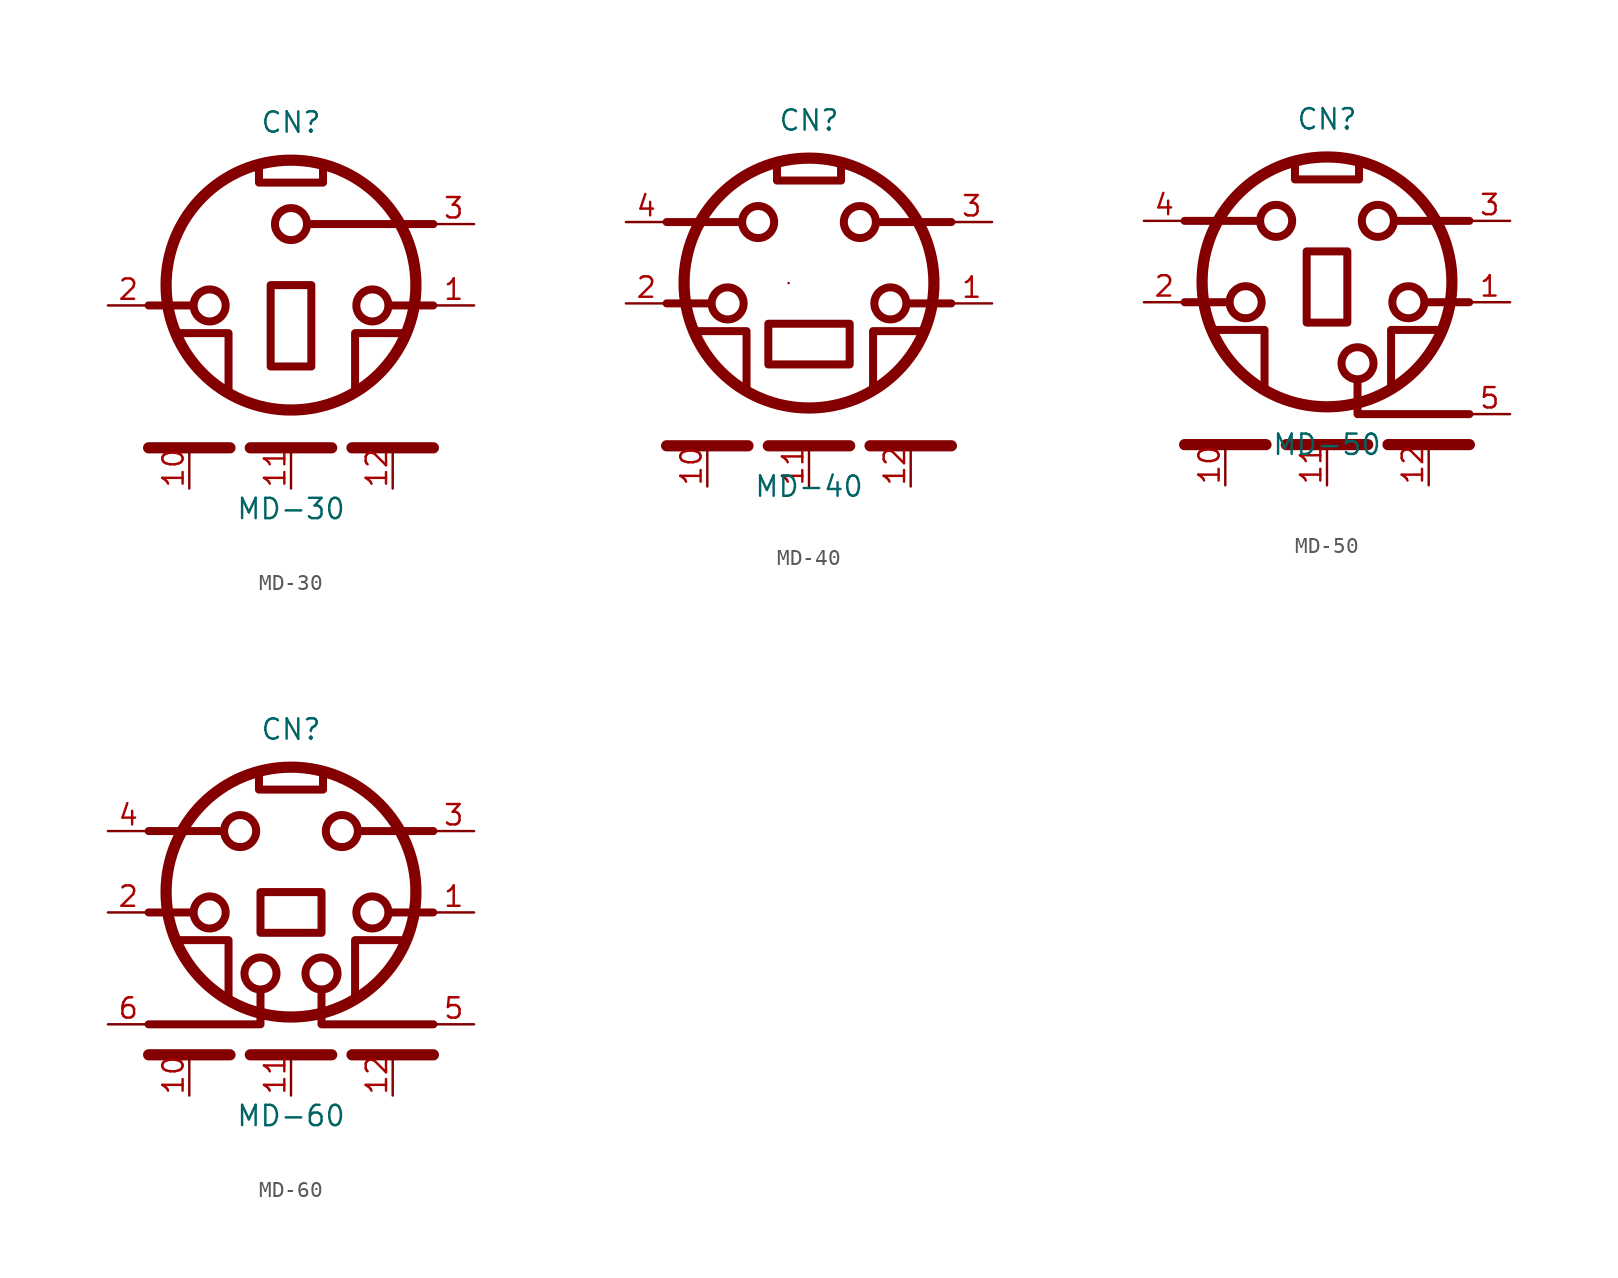
<source format=kicad_sym>
(kicad_symbol_lib
  (version 20211014)
  (generator kicad_symbol_editor)
  (symbol "MD-30"
    (property "Reference" "CN"
      (at 0 10.16 0)
      (effects (font (size 1.27 1.27))))
    (property "Value" "MD-30"
      (at 0 -13.97 0)
      (effects (font (size 1.27 1.27))))
    (symbol "MD-30_0_1"
      (circle (center -5.08 -1.27) (radius 1) (stroke (width 0.5) (type default) (color 0 0 0 0)) (fill (type none)))
      (rectangle (start -1.27 0) (end -1.27 0) (stroke (width 0) (type default) (color 0 0 0 0)) (fill (type none)))
      (rectangle (start -1.27 0) (end 1.27 -5.08) (stroke (width 0.5) (type default) (color 0 0 0 0)) (fill (type none)))
      (polyline (pts (xy -8.89 -10.16) (xy -3.81 -10.16)) (stroke (width 0.7) (type default) (color 0 0 0 0)) (fill (type none)))
      (polyline (pts (xy -8.89 -1.27) (xy -6.35 -1.27)) (stroke (width 0.5) (type default) (color 0 0 0 0)) (fill (type none)))
      (polyline (pts (xy -2.54 -10.16) (xy 2.54 -10.16)) (stroke (width 0.7) (type default) (color 0 0 0 0)) (fill (type none)))
      (polyline (pts (xy 1.27 3.81) (xy 8.89 3.81)) (stroke (width 0.5) (type default) (color 0 0 0 0)) (fill (type none)))
      (polyline (pts (xy 3.81 -10.16) (xy 8.89 -10.16)) (stroke (width 0.7) (type default) (color 0 0 0 0)) (fill (type none)))
      (polyline (pts (xy 6.35 -1.27) (xy 8.88 -1.27)) (stroke (width 0.5) (type default) (color 0 0 0 0)) (fill (type none)))
      (polyline (pts (xy -7.2 -3) (xy -3.9 -3) (xy -3.9 -6.7)) (stroke (width 0.5) (type default) (color 0 0 0 0)) (fill (type none)))
      (polyline (pts (xy 7.2 -3) (xy 4 -3) (xy 4 -6.7)) (stroke (width 0.5) (type default) (color 0 0 0 0)) (fill (type none)))
      (polyline (pts (xy -2 7.4) (xy -2 6.4) (xy 2 6.4) (xy 2 7.4)) (stroke (width 0.5) (type default) (color 0 0 0 0)) (fill (type none)))
      (circle (center 0 0) (radius 7.8) (stroke (width 0.7) (type default) (color 0 0 0 0)) (fill (type none)))
      (circle (center 0 3.81) (radius 1) (stroke (width 0.5) (type default) (color 0 0 0 0)) (fill (type none)))
      (circle (center 5.08 -1.27) (radius 1) (stroke (width 0.5) (type default) (color 0 0 0 0)) (fill (type none))))
    (symbol "MD-30_1_1"
      (pin passive line (at 11.43 -1.27 180) (length 2.54) (name "" (effects (font (size 1.27 1.27)))) (number "1" (effects (font (size 1.27 1.27)))))
      (pin passive line (at -6.35 -12.7 90) (length 2.54) (name "" (effects (font (size 1.27 1.27)))) (number "10" (effects (font (size 1.27 1.27)))))
      (pin passive line (at 0 -12.7 90) (length 2.54) (name "" (effects (font (size 1.27 1.27)))) (number "11" (effects (font (size 1.27 1.27)))))
      (pin passive line (at 6.35 -12.7 90) (length 2.54) (name "" (effects (font (size 1.27 1.27)))) (number "12" (effects (font (size 1.27 1.27)))))
      (pin passive line (at -11.43 -1.27 0) (length 2.54) (name "" (effects (font (size 1.27 1.27)))) (number "2" (effects (font (size 1.27 1.27)))))
      (pin passive line (at 11.43 3.81 180) (length 2.54) (name "" (effects (font (size 1.27 1.27)))) (number "3" (effects (font (size 1.27 1.27)))))))
  (symbol "MD-40"
    (property "Reference" "CN"
      (at 0 10.16 0)
      (effects (font (size 1.27 1.27))))
    (property "Value" "MD-40"
      (at 0 -12.7 0)
      (effects (font (size 1.27 1.27))))
    (symbol "MD-40_0_1"
      (circle (center -5.08 -1.27) (radius 1) (stroke (width 0.5) (type default) (color 0 0 0 0)) (fill (type none)))
      (circle (center -3.175 3.81) (radius 1) (stroke (width 0.5) (type default) (color 0 0 0 0)) (fill (type none)))
      (rectangle (start -2.54 -2.54) (end 2.54 -5.08) (stroke (width 0.5) (type default) (color 0 0 0 0)) (fill (type none)))
      (rectangle (start -1.27 0) (end -1.27 0) (stroke (width 0) (type default) (color 0 0 0 0)) (fill (type none)))
      (polyline (pts (xy -8.89 -10.16) (xy -3.81 -10.16)) (stroke (width 0.7) (type default) (color 0 0 0 0)) (fill (type none)))
      (polyline (pts (xy -8.89 -1.27) (xy -6.35 -1.27)) (stroke (width 0.5) (type default) (color 0 0 0 0)) (fill (type none)))
      (polyline (pts (xy -8.89 3.81) (xy -4.445 3.81)) (stroke (width 0.5) (type default) (color 0 0 0 0)) (fill (type none)))
      (polyline (pts (xy -2.54 -10.16) (xy 2.54 -10.16)) (stroke (width 0.7) (type default) (color 0 0 0 0)) (fill (type none)))
      (polyline (pts (xy 3.81 -10.16) (xy 8.89 -10.16)) (stroke (width 0.7) (type default) (color 0 0 0 0)) (fill (type none)))
      (polyline (pts (xy 4.445 3.81) (xy 8.89 3.81)) (stroke (width 0.5) (type default) (color 0 0 0 0)) (fill (type none)))
      (polyline (pts (xy 6.35 -1.27) (xy 8.88 -1.27)) (stroke (width 0.5) (type default) (color 0 0 0 0)) (fill (type none)))
      (polyline (pts (xy -7.2 -3) (xy -3.9 -3) (xy -3.9 -6.7)) (stroke (width 0.5) (type default) (color 0 0 0 0)) (fill (type none)))
      (polyline (pts (xy 7.2 -3) (xy 4 -3) (xy 4 -6.7)) (stroke (width 0.5) (type default) (color 0 0 0 0)) (fill (type none)))
      (polyline (pts (xy -2 7.4) (xy -2 6.4) (xy 2 6.4) (xy 2 7.4)) (stroke (width 0.5) (type default) (color 0 0 0 0)) (fill (type none)))
      (circle (center 0 0) (radius 7.8) (stroke (width 0.7) (type default) (color 0 0 0 0)) (fill (type none)))
      (circle (center 3.175 3.81) (radius 1) (stroke (width 0.5) (type default) (color 0 0 0 0)) (fill (type none)))
      (circle (center 5.08 -1.27) (radius 1) (stroke (width 0.5) (type default) (color 0 0 0 0)) (fill (type none))))
    (symbol "MD-40_1_1"
      (pin passive line (at 11.43 -1.27 180) (length 2.54) (name "" (effects (font (size 1.27 1.27)))) (number "1" (effects (font (size 1.27 1.27)))))
      (pin passive line (at -6.35 -12.7 90) (length 2.54) (name "" (effects (font (size 1.27 1.27)))) (number "10" (effects (font (size 1.27 1.27)))))
      (pin passive line (at 0 -12.7 90) (length 2.54) (name "" (effects (font (size 1.27 1.27)))) (number "11" (effects (font (size 1.27 1.27)))))
      (pin passive line (at 6.35 -12.7 90) (length 2.54) (name "" (effects (font (size 1.27 1.27)))) (number "12" (effects (font (size 1.27 1.27)))))
      (pin passive line (at -11.43 -1.27 0) (length 2.54) (name "" (effects (font (size 1.27 1.27)))) (number "2" (effects (font (size 1.27 1.27)))))
      (pin passive line (at 11.43 3.81 180) (length 2.54) (name "" (effects (font (size 1.27 1.27)))) (number "3" (effects (font (size 1.27 1.27)))))
      (pin passive line (at -11.43 3.81 0) (length 2.54) (name "" (effects (font (size 1.27 1.27)))) (number "4" (effects (font (size 1.27 1.27)))))))
  (symbol "MD-50"
    (property "Reference" "CN"
      (at 0 10.16 0)
      (effects (font (size 1.27 1.27))))
    (property "Value" "MD-50"
      (at 0 -10.16 0)
      (effects (font (size 1.27 1.27))))
    (symbol "MD-50_0_1"
      (circle (center -5.08 -1.27) (radius 1) (stroke (width 0.5) (type default) (color 0 0 0 0)) (fill (type none)))
      (circle (center -3.175 3.81) (radius 1) (stroke (width 0.5) (type default) (color 0 0 0 0)) (fill (type none)))
      (rectangle (start -1.27 0) (end -1.27 0) (stroke (width 0) (type default) (color 0 0 0 0)) (fill (type none)))
      (rectangle (start -1.27 1.905) (end 1.27 -2.54) (stroke (width 0.5) (type default) (color 0 0 0 0)) (fill (type none)))
      (polyline (pts (xy -8.89 -10.16) (xy -3.81 -10.16)) (stroke (width 0.7) (type default) (color 0 0 0 0)) (fill (type none)))
      (polyline (pts (xy -8.89 -1.27) (xy -6.35 -1.27)) (stroke (width 0.5) (type default) (color 0 0 0 0)) (fill (type none)))
      (polyline (pts (xy -8.89 3.81) (xy -4.445 3.81)) (stroke (width 0.5) (type default) (color 0 0 0 0)) (fill (type none)))
      (polyline (pts (xy -2.54 -10.16) (xy 2.54 -10.16)) (stroke (width 0.7) (type default) (color 0 0 0 0)) (fill (type none)))
      (polyline (pts (xy 3.81 -10.16) (xy 8.89 -10.16)) (stroke (width 0.7) (type default) (color 0 0 0 0)) (fill (type none)))
      (polyline (pts (xy 4.445 3.81) (xy 8.89 3.81)) (stroke (width 0.5) (type default) (color 0 0 0 0)) (fill (type none)))
      (polyline (pts (xy 6.35 -1.27) (xy 8.88 -1.27)) (stroke (width 0.5) (type default) (color 0 0 0 0)) (fill (type none)))
      (polyline (pts (xy -7.2 -3) (xy -3.9 -3) (xy -3.9 -6.7)) (stroke (width 0.5) (type default) (color 0 0 0 0)) (fill (type none)))
      (polyline (pts (xy 1.905 -6.35) (xy 1.905 -8.255) (xy 8.89 -8.255)) (stroke (width 0.5) (type default) (color 0 0 0 0)) (fill (type none)))
      (polyline (pts (xy 7.2 -3) (xy 4 -3) (xy 4 -6.7)) (stroke (width 0.5) (type default) (color 0 0 0 0)) (fill (type none)))
      (polyline (pts (xy -2 7.4) (xy -2 6.4) (xy 2 6.4) (xy 2 7.4)) (stroke (width 0.5) (type default) (color 0 0 0 0)) (fill (type none)))
      (circle (center 0 0) (radius 7.8) (stroke (width 0.7) (type default) (color 0 0 0 0)) (fill (type none)))
      (circle (center 1.905 -5.08) (radius 1) (stroke (width 0.5) (type default) (color 0 0 0 0)) (fill (type none)))
      (circle (center 3.175 3.81) (radius 1) (stroke (width 0.5) (type default) (color 0 0 0 0)) (fill (type none)))
      (circle (center 5.08 -1.27) (radius 1) (stroke (width 0.5) (type default) (color 0 0 0 0)) (fill (type none))))
    (symbol "MD-50_1_1"
      (pin passive line (at 11.43 -1.27 180) (length 2.54) (name "" (effects (font (size 1.27 1.27)))) (number "1" (effects (font (size 1.27 1.27)))))
      (pin passive line (at -6.35 -12.7 90) (length 2.54) (name "" (effects (font (size 1.27 1.27)))) (number "10" (effects (font (size 1.27 1.27)))))
      (pin passive line (at 0 -12.7 90) (length 2.54) (name "" (effects (font (size 1.27 1.27)))) (number "11" (effects (font (size 1.27 1.27)))))
      (pin passive line (at 6.35 -12.7 90) (length 2.54) (name "" (effects (font (size 1.27 1.27)))) (number "12" (effects (font (size 1.27 1.27)))))
      (pin passive line (at -11.43 -1.27 0) (length 2.54) (name "" (effects (font (size 1.27 1.27)))) (number "2" (effects (font (size 1.27 1.27)))))
      (pin passive line (at 11.43 3.81 180) (length 2.54) (name "" (effects (font (size 1.27 1.27)))) (number "3" (effects (font (size 1.27 1.27)))))
      (pin passive line (at -11.43 3.81 0) (length 2.54) (name "" (effects (font (size 1.27 1.27)))) (number "4" (effects (font (size 1.27 1.27)))))
      (pin passive line (at 11.43 -8.255 180) (length 2.54) (name "" (effects (font (size 1.27 1.27)))) (number "5" (effects (font (size 1.27 1.27)))))))
  (symbol "MD-60"
    (property "Reference" "CN"
      (at 0 10.16 0)
      (effects (font (size 1.27 1.27))))
    (property "Value" "MD-60"
      (at 0 -13.97 0)
      (effects (font (size 1.27 1.27))))
    (symbol "MD-60_0_1"
      (circle (center -5.08 -1.27) (radius 1) (stroke (width 0.5) (type default) (color 0 0 0 0)) (fill (type none)))
      (circle (center -3.175 3.81) (radius 1) (stroke (width 0.5) (type default) (color 0 0 0 0)) (fill (type none)))
      (circle (center -1.905 -5.08) (radius 1) (stroke (width 0.5) (type default) (color 0 0 0 0)) (fill (type none)))
      (rectangle (start -1.905 0) (end 1.905 -2.54) (stroke (width 0.5) (type default) (color 0 0 0 0)) (fill (type none)))
      (rectangle (start -1.27 0) (end -1.27 0) (stroke (width 0) (type default) (color 0 0 0 0)) (fill (type none)))
      (polyline (pts (xy -8.89 -10.16) (xy -3.81 -10.16)) (stroke (width 0.7) (type default) (color 0 0 0 0)) (fill (type none)))
      (polyline (pts (xy -8.89 -1.27) (xy -6.35 -1.27)) (stroke (width 0.5) (type default) (color 0 0 0 0)) (fill (type none)))
      (polyline (pts (xy -8.89 3.81) (xy -4.445 3.81)) (stroke (width 0.5) (type default) (color 0 0 0 0)) (fill (type none)))
      (polyline (pts (xy -2.54 -10.16) (xy 2.54 -10.16)) (stroke (width 0.7) (type default) (color 0 0 0 0)) (fill (type none)))
      (polyline (pts (xy 3.81 -10.16) (xy 8.89 -10.16)) (stroke (width 0.7) (type default) (color 0 0 0 0)) (fill (type none)))
      (polyline (pts (xy 4.445 3.81) (xy 8.89 3.81)) (stroke (width 0.5) (type default) (color 0 0 0 0)) (fill (type none)))
      (polyline (pts (xy 6.35 -1.27) (xy 8.88 -1.27)) (stroke (width 0.5) (type default) (color 0 0 0 0)) (fill (type none)))
      (polyline (pts (xy -7.2 -3) (xy -3.9 -3) (xy -3.9 -6.7)) (stroke (width 0.5) (type default) (color 0 0 0 0)) (fill (type none)))
      (polyline (pts (xy -1.905 -6.35) (xy -1.905 -8.255) (xy -8.89 -8.255)) (stroke (width 0.5) (type default) (color 0 0 0 0)) (fill (type none)))
      (polyline (pts (xy 1.905 -6.35) (xy 1.905 -8.255) (xy 8.89 -8.255)) (stroke (width 0.5) (type default) (color 0 0 0 0)) (fill (type none)))
      (polyline (pts (xy 7.2 -3) (xy 4 -3) (xy 4 -6.7)) (stroke (width 0.5) (type default) (color 0 0 0 0)) (fill (type none)))
      (polyline (pts (xy -2 7.4) (xy -2 6.4) (xy 2 6.4) (xy 2 7.4)) (stroke (width 0.5) (type default) (color 0 0 0 0)) (fill (type none)))
      (circle (center 0 0) (radius 7.8) (stroke (width 0.7) (type default) (color 0 0 0 0)) (fill (type none)))
      (circle (center 1.905 -5.08) (radius 1) (stroke (width 0.5) (type default) (color 0 0 0 0)) (fill (type none)))
      (circle (center 3.175 3.81) (radius 1) (stroke (width 0.5) (type default) (color 0 0 0 0)) (fill (type none)))
      (circle (center 5.08 -1.27) (radius 1) (stroke (width 0.5) (type default) (color 0 0 0 0)) (fill (type none))))
    (symbol "MD-60_1_1"
      (pin passive line (at 11.43 -1.27 180) (length 2.54) (name "" (effects (font (size 1.27 1.27)))) (number "1" (effects (font (size 1.27 1.27)))))
      (pin passive line (at -6.35 -12.7 90) (length 2.54) (name "" (effects (font (size 1.27 1.27)))) (number "10" (effects (font (size 1.27 1.27)))))
      (pin passive line (at 0 -12.7 90) (length 2.54) (name "" (effects (font (size 1.27 1.27)))) (number "11" (effects (font (size 1.27 1.27)))))
      (pin passive line (at 6.35 -12.7 90) (length 2.54) (name "" (effects (font (size 1.27 1.27)))) (number "12" (effects (font (size 1.27 1.27)))))
      (pin passive line (at -11.43 -1.27 0) (length 2.54) (name "" (effects (font (size 1.27 1.27)))) (number "2" (effects (font (size 1.27 1.27)))))
      (pin passive line (at 11.43 3.81 180) (length 2.54) (name "" (effects (font (size 1.27 1.27)))) (number "3" (effects (font (size 1.27 1.27)))))
      (pin passive line (at -11.43 3.81 0) (length 2.54) (name "" (effects (font (size 1.27 1.27)))) (number "4" (effects (font (size 1.27 1.27)))))
      (pin passive line (at 11.43 -8.255 180) (length 2.54) (name "" (effects (font (size 1.27 1.27)))) (number "5" (effects (font (size 1.27 1.27)))))
      (pin passive line (at -11.43 -8.255 0) (length 2.54) (name "" (effects (font (size 1.27 1.27)))) (number "6" (effects (font (size 1.27 1.27))))))))
</source>
